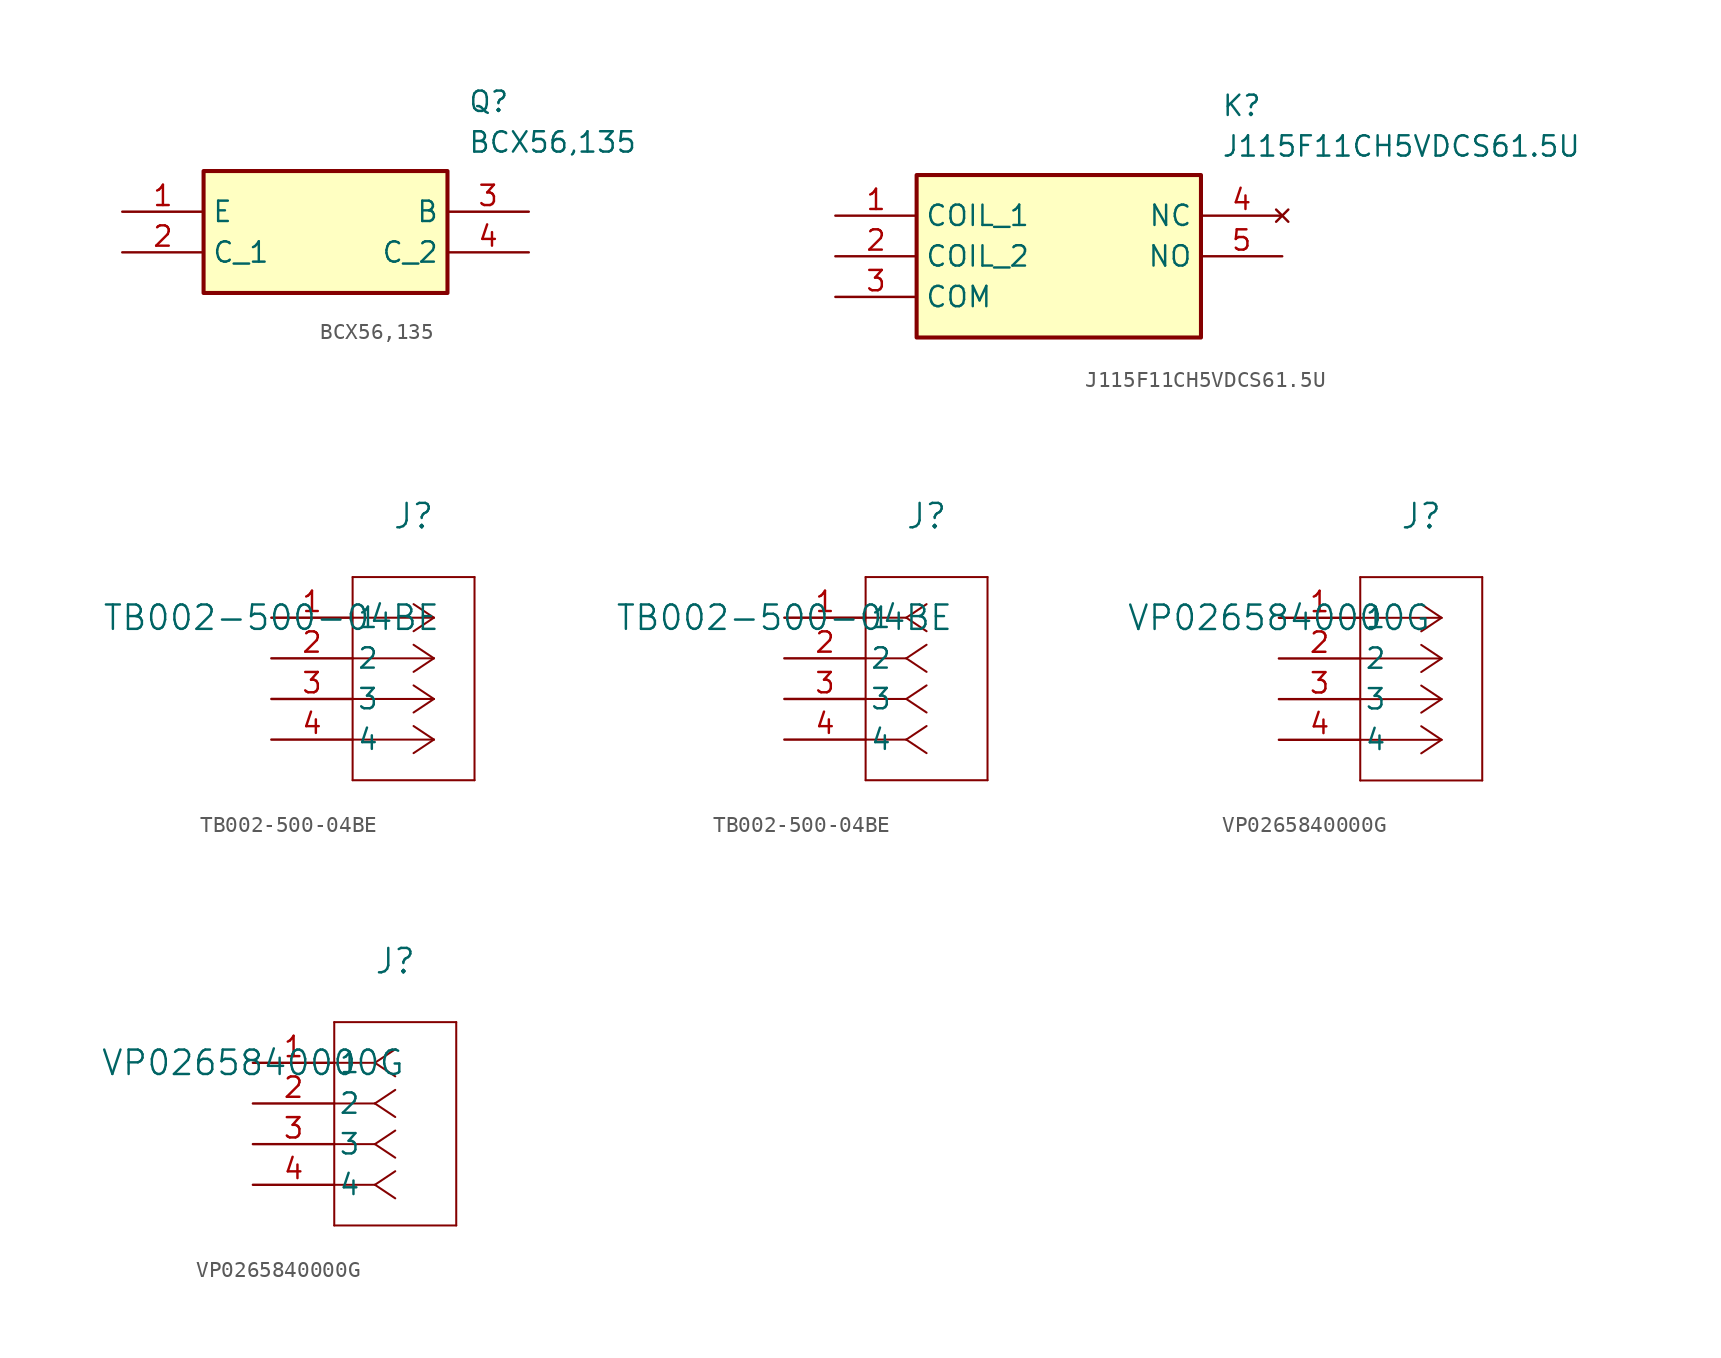
<source format=kicad_sym>
(kicad_symbol_lib
  (version 20231120)
  (generator "kicad_symbol_editor")
  (generator_version "8.0")
  (symbol "BCX56,135"
    (property "Reference" "Q"
      (at 21.59 7.62 0)
      (effects (font (size 1.27 1.27)) (justify left top)))
    (property "Value" "BCX56,135"
      (at 21.59 5.08 0)
      (effects (font (size 1.27 1.27)) (justify left top)))
    (symbol "BCX56,135_1_1"
      (rectangle (start 5.08 2.54) (end 20.32 -5.08) (stroke (width 0.254) (type default)) (fill (type background)))
      (pin passive line (at 0 0 0) (length 5.08) (name "E" (effects (font (size 1.27 1.27)))) (number "1" (effects (font (size 1.27 1.27)))))
      (pin passive line (at 0 -2.54 0) (length 5.08) (name "C_1" (effects (font (size 1.27 1.27)))) (number "2" (effects (font (size 1.27 1.27)))))
      (pin passive line (at 25.4 0 180) (length 5.08) (name "B" (effects (font (size 1.27 1.27)))) (number "3" (effects (font (size 1.27 1.27)))))
      (pin passive line (at 25.4 -2.54 180) (length 5.08) (name "C_2" (effects (font (size 1.27 1.27)))) (number "4" (effects (font (size 1.27 1.27)))))))
  (symbol "J115F11CH5VDCS61.5U"
    (property "Reference" "K"
      (at 24.13 7.62 0)
      (effects (font (size 1.27 1.27)) (justify left top)))
    (property "Value" "J115F11CH5VDCS61.5U"
      (at 24.13 5.08 0)
      (effects (font (size 1.27 1.27)) (justify left top)))
    (symbol "J115F11CH5VDCS61.5U_1_1"
      (rectangle (start 5.08 2.54) (end 22.86 -7.62) (stroke (width 0.254) (type default)) (fill (type background)))
      (pin passive line (at 0 0 0) (length 5.08) (name "COIL_1" (effects (font (size 1.27 1.27)))) (number "1" (effects (font (size 1.27 1.27)))))
      (pin passive line (at 0 -2.54 0) (length 5.08) (name "COIL_2" (effects (font (size 1.27 1.27)))) (number "2" (effects (font (size 1.27 1.27)))))
      (pin passive line (at 0 -5.08 0) (length 5.08) (name "COM" (effects (font (size 1.27 1.27)))) (number "3" (effects (font (size 1.27 1.27)))))
      (pin no_connect line (at 27.94 0 180) (length 5.08) (name "NC" (effects (font (size 1.27 1.27)))) (number "4" (effects (font (size 1.27 1.27)))))
      (pin passive line (at 27.94 -2.54 180) (length 5.08) (name "NO" (effects (font (size 1.27 1.27)))) (number "5" (effects (font (size 1.27 1.27)))))))
  (symbol "TB002-500-04BE"
    (pin_names
      (offset 0.254))
    (property "Reference" "J"
      (at 8.89 6.35 0)
      (effects (font (size 1.524 1.524))))
    (property "Value" "TB002-500-04BE"
      (at 0 0 0)
      (effects (font (size 1.524 1.524))))
    (property "ki_locked" ""
      (at 0 0 0)
      (effects (font (size 1.27 1.27))))
    (symbol "TB002-500-04BE_1_1"
      (polyline (pts (xy 5.08 -10.16) (xy 12.7 -10.16)) (stroke (width 0.127) (type default)) (fill (type none)))
      (polyline (pts (xy 5.08 2.54) (xy 5.08 -10.16)) (stroke (width 0.127) (type default)) (fill (type none)))
      (polyline (pts (xy 10.16 -7.62) (xy 5.08 -7.62)) (stroke (width 0.127) (type default)) (fill (type none)))
      (polyline (pts (xy 10.16 -7.62) (xy 8.89 -8.467)) (stroke (width 0.127) (type default)) (fill (type none)))
      (polyline (pts (xy 10.16 -7.62) (xy 8.89 -6.773)) (stroke (width 0.127) (type default)) (fill (type none)))
      (polyline (pts (xy 10.16 -5.08) (xy 5.08 -5.08)) (stroke (width 0.127) (type default)) (fill (type none)))
      (polyline (pts (xy 10.16 -5.08) (xy 8.89 -5.927)) (stroke (width 0.127) (type default)) (fill (type none)))
      (polyline (pts (xy 10.16 -5.08) (xy 8.89 -4.233)) (stroke (width 0.127) (type default)) (fill (type none)))
      (polyline (pts (xy 10.16 -2.54) (xy 5.08 -2.54)) (stroke (width 0.127) (type default)) (fill (type none)))
      (polyline (pts (xy 10.16 -2.54) (xy 8.89 -3.387)) (stroke (width 0.127) (type default)) (fill (type none)))
      (polyline (pts (xy 10.16 -2.54) (xy 8.89 -1.693)) (stroke (width 0.127) (type default)) (fill (type none)))
      (polyline (pts (xy 10.16 0) (xy 5.08 0)) (stroke (width 0.127) (type default)) (fill (type none)))
      (polyline (pts (xy 10.16 0) (xy 8.89 -0.847)) (stroke (width 0.127) (type default)) (fill (type none)))
      (polyline (pts (xy 10.16 0) (xy 8.89 0.847)) (stroke (width 0.127) (type default)) (fill (type none)))
      (polyline (pts (xy 12.7 -10.16) (xy 12.7 2.54)) (stroke (width 0.127) (type default)) (fill (type none)))
      (polyline (pts (xy 12.7 2.54) (xy 5.08 2.54)) (stroke (width 0.127) (type default)) (fill (type none)))
      (pin unspecified line (at 0 0 0) (length 5.08) (name "1" (effects (font (size 1.27 1.27)))) (number "1" (effects (font (size 1.27 1.27)))))
      (pin unspecified line (at 0 -2.54 0) (length 5.08) (name "2" (effects (font (size 1.27 1.27)))) (number "2" (effects (font (size 1.27 1.27)))))
      (pin unspecified line (at 0 -5.08 0) (length 5.08) (name "3" (effects (font (size 1.27 1.27)))) (number "3" (effects (font (size 1.27 1.27)))))
      (pin unspecified line (at 0 -7.62 0) (length 5.08) (name "4" (effects (font (size 1.27 1.27)))) (number "4" (effects (font (size 1.27 1.27))))))
    (symbol "TB002-500-04BE_1_2"
      (polyline (pts (xy 5.08 -10.16) (xy 12.7 -10.16)) (stroke (width 0.127) (type default)) (fill (type none)))
      (polyline (pts (xy 5.08 2.54) (xy 5.08 -10.16)) (stroke (width 0.127) (type default)) (fill (type none)))
      (polyline (pts (xy 7.62 -7.62) (xy 5.08 -7.62)) (stroke (width 0.127) (type default)) (fill (type none)))
      (polyline (pts (xy 7.62 -7.62) (xy 8.89 -8.467)) (stroke (width 0.127) (type default)) (fill (type none)))
      (polyline (pts (xy 7.62 -7.62) (xy 8.89 -6.773)) (stroke (width 0.127) (type default)) (fill (type none)))
      (polyline (pts (xy 7.62 -5.08) (xy 5.08 -5.08)) (stroke (width 0.127) (type default)) (fill (type none)))
      (polyline (pts (xy 7.62 -5.08) (xy 8.89 -5.927)) (stroke (width 0.127) (type default)) (fill (type none)))
      (polyline (pts (xy 7.62 -5.08) (xy 8.89 -4.233)) (stroke (width 0.127) (type default)) (fill (type none)))
      (polyline (pts (xy 7.62 -2.54) (xy 5.08 -2.54)) (stroke (width 0.127) (type default)) (fill (type none)))
      (polyline (pts (xy 7.62 -2.54) (xy 8.89 -3.387)) (stroke (width 0.127) (type default)) (fill (type none)))
      (polyline (pts (xy 7.62 -2.54) (xy 8.89 -1.693)) (stroke (width 0.127) (type default)) (fill (type none)))
      (polyline (pts (xy 7.62 0) (xy 5.08 0)) (stroke (width 0.127) (type default)) (fill (type none)))
      (polyline (pts (xy 7.62 0) (xy 8.89 -0.847)) (stroke (width 0.127) (type default)) (fill (type none)))
      (polyline (pts (xy 7.62 0) (xy 8.89 0.847)) (stroke (width 0.127) (type default)) (fill (type none)))
      (polyline (pts (xy 12.7 -10.16) (xy 12.7 2.54)) (stroke (width 0.127) (type default)) (fill (type none)))
      (polyline (pts (xy 12.7 2.54) (xy 5.08 2.54)) (stroke (width 0.127) (type default)) (fill (type none)))
      (pin unspecified line (at 0 0 0) (length 5.08) (name "1" (effects (font (size 1.27 1.27)))) (number "1" (effects (font (size 1.27 1.27)))))
      (pin unspecified line (at 0 -2.54 0) (length 5.08) (name "2" (effects (font (size 1.27 1.27)))) (number "2" (effects (font (size 1.27 1.27)))))
      (pin unspecified line (at 0 -5.08 0) (length 5.08) (name "3" (effects (font (size 1.27 1.27)))) (number "3" (effects (font (size 1.27 1.27)))))
      (pin unspecified line (at 0 -7.62 0) (length 5.08) (name "4" (effects (font (size 1.27 1.27)))) (number "4" (effects (font (size 1.27 1.27)))))))
  (symbol "VP0265840000G"
    (pin_names
      (offset 0.254))
    (property "Reference" "J"
      (at 8.89 6.35 0)
      (effects (font (size 1.524 1.524))))
    (property "Value" "VP0265840000G"
      (at 0 0 0)
      (effects (font (size 1.524 1.524))))
    (property "ki_locked" ""
      (at 0 0 0)
      (effects (font (size 1.27 1.27))))
    (symbol "VP0265840000G_1_1"
      (polyline (pts (xy 5.08 -10.16) (xy 12.7 -10.16)) (stroke (width 0.127) (type default)) (fill (type none)))
      (polyline (pts (xy 5.08 2.54) (xy 5.08 -10.16)) (stroke (width 0.127) (type default)) (fill (type none)))
      (polyline (pts (xy 10.16 -7.62) (xy 5.08 -7.62)) (stroke (width 0.127) (type default)) (fill (type none)))
      (polyline (pts (xy 10.16 -7.62) (xy 8.89 -8.467)) (stroke (width 0.127) (type default)) (fill (type none)))
      (polyline (pts (xy 10.16 -7.62) (xy 8.89 -6.773)) (stroke (width 0.127) (type default)) (fill (type none)))
      (polyline (pts (xy 10.16 -5.08) (xy 5.08 -5.08)) (stroke (width 0.127) (type default)) (fill (type none)))
      (polyline (pts (xy 10.16 -5.08) (xy 8.89 -5.927)) (stroke (width 0.127) (type default)) (fill (type none)))
      (polyline (pts (xy 10.16 -5.08) (xy 8.89 -4.233)) (stroke (width 0.127) (type default)) (fill (type none)))
      (polyline (pts (xy 10.16 -2.54) (xy 5.08 -2.54)) (stroke (width 0.127) (type default)) (fill (type none)))
      (polyline (pts (xy 10.16 -2.54) (xy 8.89 -3.387)) (stroke (width 0.127) (type default)) (fill (type none)))
      (polyline (pts (xy 10.16 -2.54) (xy 8.89 -1.693)) (stroke (width 0.127) (type default)) (fill (type none)))
      (polyline (pts (xy 10.16 0) (xy 5.08 0)) (stroke (width 0.127) (type default)) (fill (type none)))
      (polyline (pts (xy 10.16 0) (xy 8.89 -0.847)) (stroke (width 0.127) (type default)) (fill (type none)))
      (polyline (pts (xy 10.16 0) (xy 8.89 0.847)) (stroke (width 0.127) (type default)) (fill (type none)))
      (polyline (pts (xy 12.7 -10.16) (xy 12.7 2.54)) (stroke (width 0.127) (type default)) (fill (type none)))
      (polyline (pts (xy 12.7 2.54) (xy 5.08 2.54)) (stroke (width 0.127) (type default)) (fill (type none)))
      (pin unspecified line (at 0 0 0) (length 5.08) (name "1" (effects (font (size 1.27 1.27)))) (number "1" (effects (font (size 1.27 1.27)))))
      (pin unspecified line (at 0 -2.54 0) (length 5.08) (name "2" (effects (font (size 1.27 1.27)))) (number "2" (effects (font (size 1.27 1.27)))))
      (pin unspecified line (at 0 -5.08 0) (length 5.08) (name "3" (effects (font (size 1.27 1.27)))) (number "3" (effects (font (size 1.27 1.27)))))
      (pin unspecified line (at 0 -7.62 0) (length 5.08) (name "4" (effects (font (size 1.27 1.27)))) (number "4" (effects (font (size 1.27 1.27))))))
    (symbol "VP0265840000G_1_2"
      (polyline (pts (xy 5.08 -10.16) (xy 12.7 -10.16)) (stroke (width 0.127) (type default)) (fill (type none)))
      (polyline (pts (xy 5.08 2.54) (xy 5.08 -10.16)) (stroke (width 0.127) (type default)) (fill (type none)))
      (polyline (pts (xy 7.62 -7.62) (xy 5.08 -7.62)) (stroke (width 0.127) (type default)) (fill (type none)))
      (polyline (pts (xy 7.62 -7.62) (xy 8.89 -8.467)) (stroke (width 0.127) (type default)) (fill (type none)))
      (polyline (pts (xy 7.62 -7.62) (xy 8.89 -6.773)) (stroke (width 0.127) (type default)) (fill (type none)))
      (polyline (pts (xy 7.62 -5.08) (xy 5.08 -5.08)) (stroke (width 0.127) (type default)) (fill (type none)))
      (polyline (pts (xy 7.62 -5.08) (xy 8.89 -5.927)) (stroke (width 0.127) (type default)) (fill (type none)))
      (polyline (pts (xy 7.62 -5.08) (xy 8.89 -4.233)) (stroke (width 0.127) (type default)) (fill (type none)))
      (polyline (pts (xy 7.62 -2.54) (xy 5.08 -2.54)) (stroke (width 0.127) (type default)) (fill (type none)))
      (polyline (pts (xy 7.62 -2.54) (xy 8.89 -3.387)) (stroke (width 0.127) (type default)) (fill (type none)))
      (polyline (pts (xy 7.62 -2.54) (xy 8.89 -1.693)) (stroke (width 0.127) (type default)) (fill (type none)))
      (polyline (pts (xy 7.62 0) (xy 5.08 0)) (stroke (width 0.127) (type default)) (fill (type none)))
      (polyline (pts (xy 7.62 0) (xy 8.89 -0.847)) (stroke (width 0.127) (type default)) (fill (type none)))
      (polyline (pts (xy 7.62 0) (xy 8.89 0.847)) (stroke (width 0.127) (type default)) (fill (type none)))
      (polyline (pts (xy 12.7 -10.16) (xy 12.7 2.54)) (stroke (width 0.127) (type default)) (fill (type none)))
      (polyline (pts (xy 12.7 2.54) (xy 5.08 2.54)) (stroke (width 0.127) (type default)) (fill (type none)))
      (pin unspecified line (at 0 0 0) (length 5.08) (name "1" (effects (font (size 1.27 1.27)))) (number "1" (effects (font (size 1.27 1.27)))))
      (pin unspecified line (at 0 -2.54 0) (length 5.08) (name "2" (effects (font (size 1.27 1.27)))) (number "2" (effects (font (size 1.27 1.27)))))
      (pin unspecified line (at 0 -5.08 0) (length 5.08) (name "3" (effects (font (size 1.27 1.27)))) (number "3" (effects (font (size 1.27 1.27)))))
      (pin unspecified line (at 0 -7.62 0) (length 5.08) (name "4" (effects (font (size 1.27 1.27)))) (number "4" (effects (font (size 1.27 1.27))))))))
</source>
